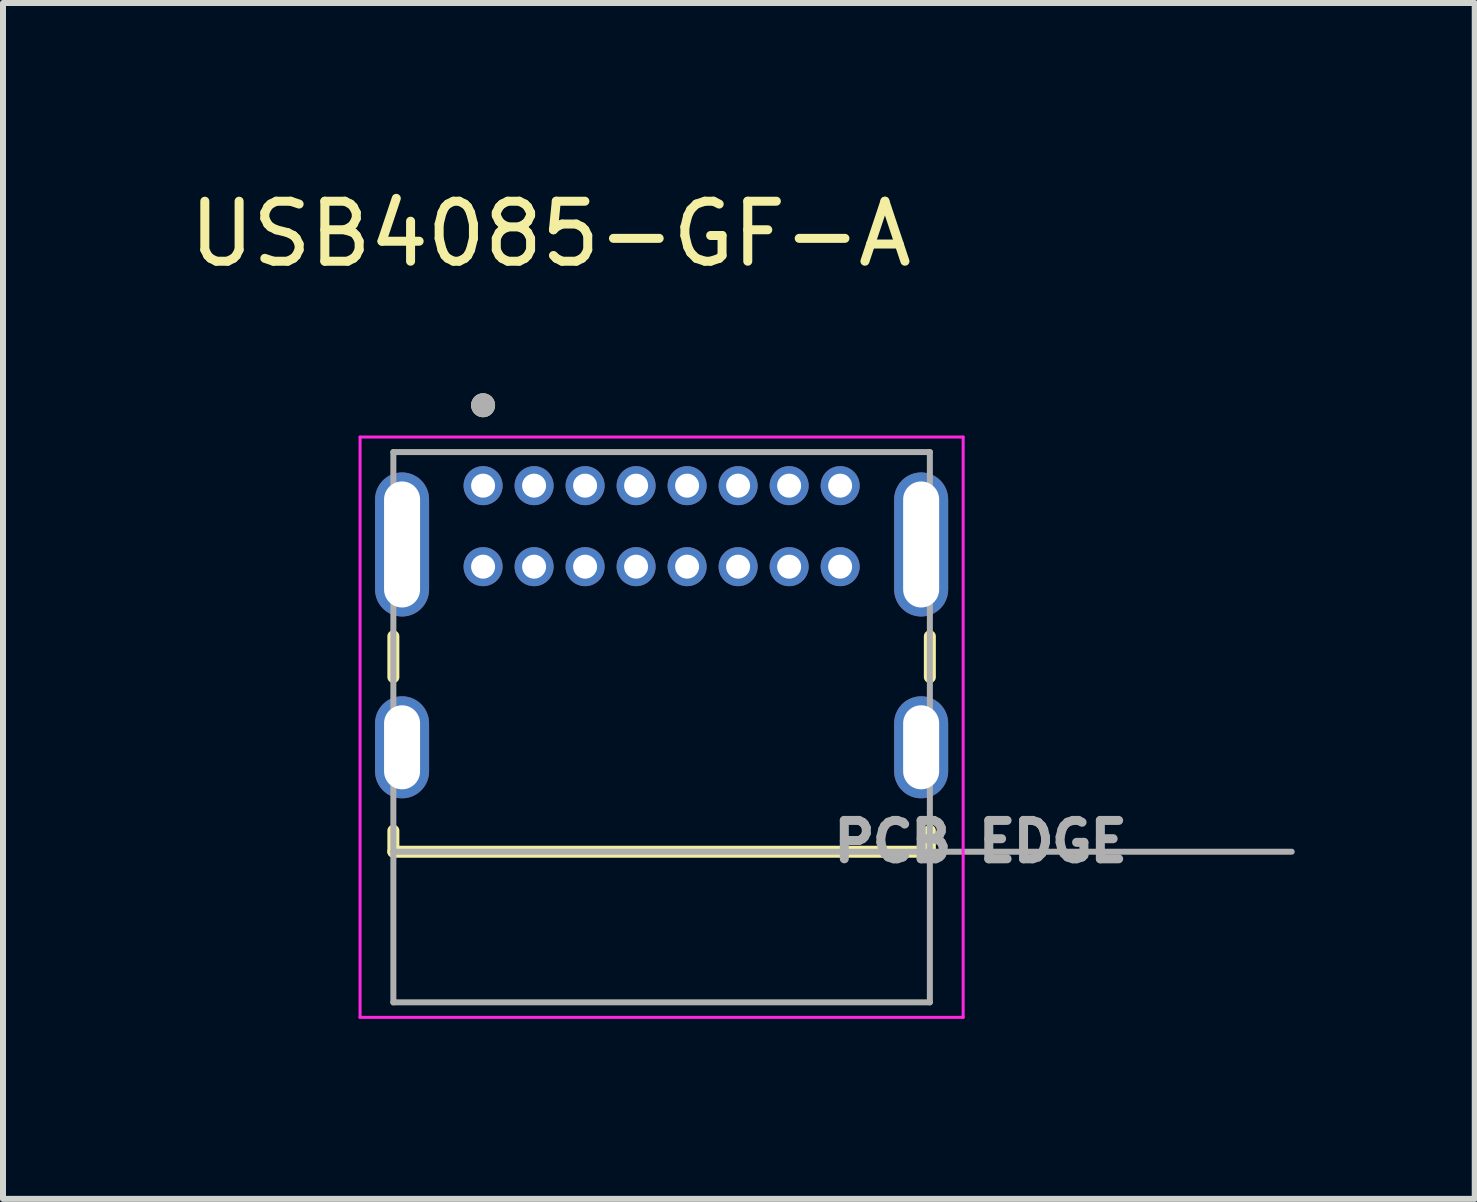
<source format=kicad_pcb>
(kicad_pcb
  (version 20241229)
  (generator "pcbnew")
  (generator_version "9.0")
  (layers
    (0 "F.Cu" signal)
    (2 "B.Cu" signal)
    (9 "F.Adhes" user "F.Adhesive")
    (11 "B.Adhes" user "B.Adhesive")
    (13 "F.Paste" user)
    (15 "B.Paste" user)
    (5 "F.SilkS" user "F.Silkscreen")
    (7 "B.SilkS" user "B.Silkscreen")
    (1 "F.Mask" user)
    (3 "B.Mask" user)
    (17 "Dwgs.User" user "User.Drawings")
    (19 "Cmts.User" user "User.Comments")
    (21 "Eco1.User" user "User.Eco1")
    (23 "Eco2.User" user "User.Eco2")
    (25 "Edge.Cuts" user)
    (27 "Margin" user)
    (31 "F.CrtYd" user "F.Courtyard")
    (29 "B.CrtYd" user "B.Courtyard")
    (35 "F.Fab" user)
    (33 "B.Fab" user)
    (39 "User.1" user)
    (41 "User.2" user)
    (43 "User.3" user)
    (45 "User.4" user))
  (footprint "USB4085-GF-A"
    (layer "F.Cu")
    (at 7.975 9.403)
    (property "Reference" "USB4085-GF-A" (at -1.85 -8.555 0) (layer "F.SilkS") (effects (font (size 1 1) (thickness 0.15))))
    (attr through_hole)
    (fp_line (start -4.47 -1.85) (end -4.47 -1.17) (stroke (width 0.2) (type solid)) (layer "F.SilkS"))
    (fp_line (start -4.47 1.39) (end -4.47 1.74) (stroke (width 0.2) (type solid)) (layer "F.SilkS"))
    (fp_line (start -4.47 1.74) (end 4.47 1.74) (stroke (width 0.2) (type solid)) (layer "F.SilkS"))
    (fp_line (start 4.47 -1.85) (end 4.47 -1.17) (stroke (width 0.2) (type solid)) (layer "F.SilkS"))
    (fp_line (start 4.47 1.74) (end 4.47 1.39) (stroke (width 0.2) (type solid)) (layer "F.SilkS"))
    (fp_circle (center -2.975 -5.7) (end -2.875 -5.7) (stroke (width 0.2) (type solid)) (fill no) (layer "F.SilkS"))
    (fp_line (start -5.025 -5.17) (end 5.025 -5.17) (stroke (width 0.05) (type solid)) (layer "F.CrtYd"))
    (fp_line (start -5.025 4.5) (end -5.025 -5.17) (stroke (width 0.05) (type solid)) (layer "F.CrtYd"))
    (fp_line (start 5.025 -5.17) (end 5.025 4.5) (stroke (width 0.05) (type solid)) (layer "F.CrtYd"))
    (fp_line (start 5.025 4.5) (end -5.025 4.5) (stroke (width 0.05) (type solid)) (layer "F.CrtYd"))
    (fp_line (start -4.47 -4.92) (end 4.47 -4.92) (stroke (width 0.1) (type solid)) (layer "F.Fab"))
    (fp_line (start -4.47 1.74) (end -4.47 -4.92) (stroke (width 0.1) (type solid)) (layer "F.Fab"))
    (fp_line (start -4.47 1.74) (end 10.5 1.74) (stroke (width 0.1) (type solid)) (layer "F.Fab"))
    (fp_line (start -4.47 4.25) (end -4.47 1.74) (stroke (width 0.1) (type solid)) (layer "F.Fab"))
    (fp_line (start 4.47 -4.92) (end 4.47 4.25) (stroke (width 0.1) (type solid)) (layer "F.Fab"))
    (fp_line (start 4.47 4.25) (end -4.47 4.25) (stroke (width 0.1) (type solid)) (layer "F.Fab"))
    (fp_circle (center -2.975 -5.7) (end -2.875 -5.7) (stroke (width 0.2) (type solid)) (fill no) (layer "F.Fab"))
    (fp_text user "PCB EDGE" (at 5.315 1.57 0) (layer "F.Fab") (effects (font (size 0.64 0.64) (thickness 0.15))))
    (pad "A1" thru_hole circle (at -2.975 -4.36) (size 0.65 0.65) (drill 0.4) (layers "*.Cu" "*.Mask"))
    (pad "A4" thru_hole circle (at -2.125 -4.36) (size 0.65 0.65) (drill 0.4) (layers "*.Cu" "*.Mask"))
    (pad "A5" thru_hole circle (at -1.275 -4.36) (size 0.65 0.65) (drill 0.4) (layers "*.Cu" "*.Mask"))
    (pad "A6" thru_hole circle (at -0.425 -4.36) (size 0.65 0.65) (drill 0.4) (layers "*.Cu" "*.Mask"))
    (pad "A7" thru_hole circle (at 0.425 -4.36) (size 0.65 0.65) (drill 0.4) (layers "*.Cu" "*.Mask"))
    (pad "A8" thru_hole circle (at 1.275 -4.36) (size 0.65 0.65) (drill 0.4) (layers "*.Cu" "*.Mask"))
    (pad "A9" thru_hole circle (at 2.125 -4.36) (size 0.65 0.65) (drill 0.4) (layers "*.Cu" "*.Mask"))
    (pad "A12" thru_hole circle (at 2.975 -4.36) (size 0.65 0.65) (drill 0.4) (layers "*.Cu" "*.Mask"))
    (pad "B1" thru_hole circle (at 2.975 -3.01) (size 0.65 0.65) (drill 0.4) (layers "*.Cu" "*.Mask"))
    (pad "B4" thru_hole circle (at 2.125 -3.01) (size 0.65 0.65) (drill 0.4) (layers "*.Cu" "*.Mask"))
    (pad "B5" thru_hole circle (at 1.275 -3.01) (size 0.65 0.65) (drill 0.4) (layers "*.Cu" "*.Mask"))
    (pad "B6" thru_hole circle (at 0.425 -3.01) (size 0.65 0.65) (drill 0.4) (layers "*.Cu" "*.Mask"))
    (pad "B7" thru_hole circle (at -0.425 -3.01) (size 0.65 0.65) (drill 0.4) (layers "*.Cu" "*.Mask"))
    (pad "B8" thru_hole circle (at -1.275 -3.01) (size 0.65 0.65) (drill 0.4) (layers "*.Cu" "*.Mask"))
    (pad "B9" thru_hole circle (at -2.125 -3.01) (size 0.65 0.65) (drill 0.4) (layers "*.Cu" "*.Mask"))
    (pad "B12" thru_hole circle (at -2.975 -3.01) (size 0.65 0.65) (drill 0.4) (layers "*.Cu" "*.Mask"))
    (pad "S1" thru_hole oval (at -4.325 0) (size 0.9 1.7) (drill oval 0.6 1.4) (layers "*.Cu" "*.Mask"))
    (pad "S2" thru_hole oval (at 4.325 0) (size 0.9 1.7) (drill oval 0.6 1.4) (layers "*.Cu" "*.Mask"))
    (pad "S3" thru_hole oval (at -4.325 -3.38) (size 0.9 2.4) (drill oval 0.6 2.1) (layers "*.Cu" "*.Mask"))
    (pad "S4" thru_hole oval (at 4.325 -3.38) (size 0.9 2.4) (drill oval 0.6 2.1) (layers "*.Cu" "*.Mask")))
  (gr_rect
    (start -3 -3)
    (end 21.525 16.928)
    (stroke (width 0.1) (type default))
    (fill no)
    (layer "Edge.Cuts")))
</source>
